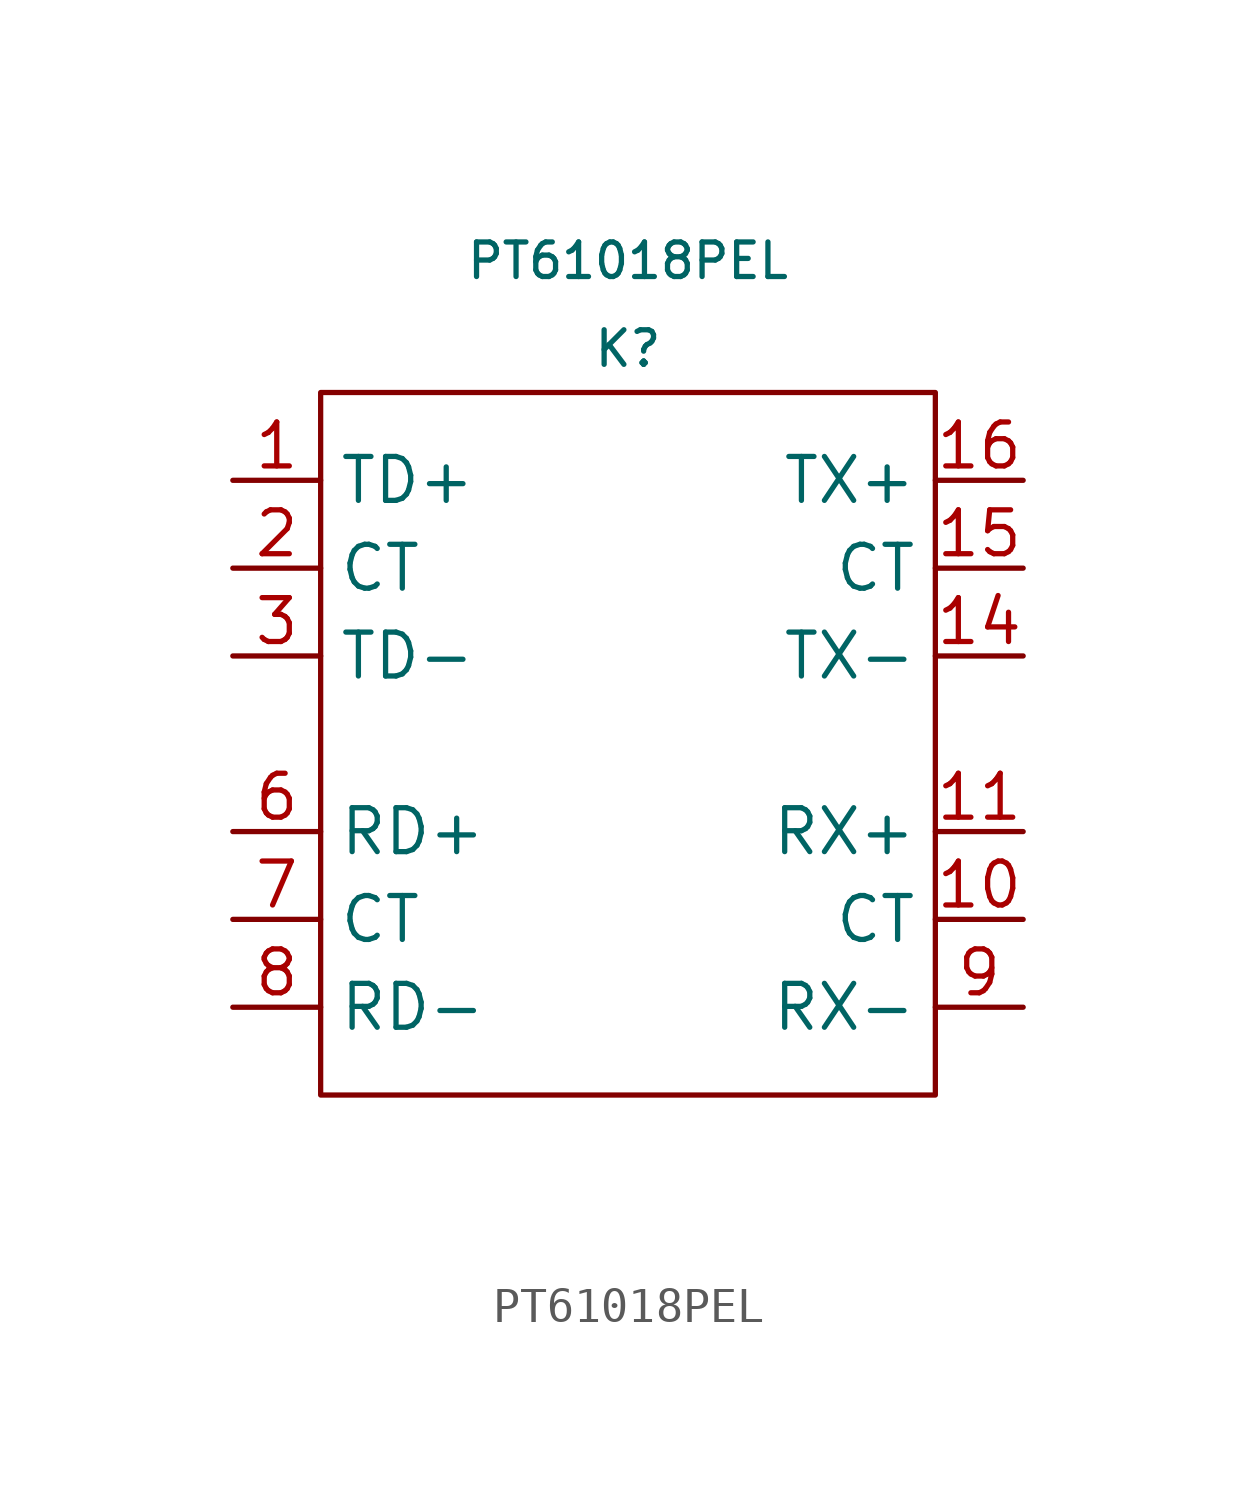
<source format=kicad_sym>
(kicad_symbol_lib
  (version 20220914)
  (generator kicad_symbol_editor)
  (symbol "PT61018PEL"
    (property "Reference" "K"
      (at 0 11.43 0)
      (effects (font (size 1 1))))
    (property "Value" "PT61018PEL"
      (at 0 13.97 0)
      (effects (font (size 1 1))))
    (symbol "PT61018PEL_0_1"
      (rectangle (start -8.89 10.16) (end 8.89 -10.16) (stroke (width 0) (type default)) (fill (type none))))
    (symbol "PT61018PEL_1_1"
      (pin passive line (at -11.43 7.62 0) (length 2.54) (name "TD+" (effects (font (size 1.27 1.27)))) (number "1" (effects (font (size 1.27 1.27)))))
      (pin passive line (at 11.43 -5.08 180) (length 2.54) (name "CT" (effects (font (size 1.27 1.27)))) (number "10" (effects (font (size 1.27 1.27)))))
      (pin passive line (at 11.43 -2.54 180) (length 2.54) (name "RX+" (effects (font (size 1.27 1.27)))) (number "11" (effects (font (size 1.27 1.27)))))
      (pin no_connect line (at 0 -12.7 90) (length 2.54) hide (name "NC" (effects (font (size 1.27 1.27)))) (number "12" (effects (font (size 1.27 1.27)))))
      (pin no_connect line (at 0 -12.7 90) (length 2.54) hide (name "NC" (effects (font (size 1.27 1.27)))) (number "13" (effects (font (size 1.27 1.27)))))
      (pin passive line (at 11.43 2.54 180) (length 2.54) (name "TX-" (effects (font (size 1.27 1.27)))) (number "14" (effects (font (size 1.27 1.27)))))
      (pin passive line (at 11.43 5.08 180) (length 2.54) (name "CT" (effects (font (size 1.27 1.27)))) (number "15" (effects (font (size 1.27 1.27)))))
      (pin passive line (at 11.43 7.62 180) (length 2.54) (name "TX+" (effects (font (size 1.27 1.27)))) (number "16" (effects (font (size 1.27 1.27)))))
      (pin passive line (at -11.43 5.08 0) (length 2.54) (name "CT" (effects (font (size 1.27 1.27)))) (number "2" (effects (font (size 1.27 1.27)))))
      (pin passive line (at -11.43 2.54 0) (length 2.54) (name "TD-" (effects (font (size 1.27 1.27)))) (number "3" (effects (font (size 1.27 1.27)))))
      (pin no_connect line (at 0 -12.7 90) (length 2.54) hide (name "NC" (effects (font (size 1.27 1.27)))) (number "4" (effects (font (size 1.27 1.27)))))
      (pin no_connect line (at 0 -12.7 90) (length 2.54) hide (name "NC" (effects (font (size 1.27 1.27)))) (number "5" (effects (font (size 1.27 1.27)))))
      (pin passive line (at -11.43 -2.54 0) (length 2.54) (name "RD+" (effects (font (size 1.27 1.27)))) (number "6" (effects (font (size 1.27 1.27)))))
      (pin passive line (at -11.43 -5.08 0) (length 2.54) (name "CT" (effects (font (size 1.27 1.27)))) (number "7" (effects (font (size 1.27 1.27)))))
      (pin passive line (at -11.43 -7.62 0) (length 2.54) (name "RD-" (effects (font (size 1.27 1.27)))) (number "8" (effects (font (size 1.27 1.27)))))
      (pin passive line (at 11.43 -7.62 180) (length 2.54) (name "RX-" (effects (font (size 1.27 1.27)))) (number "9" (effects (font (size 1.27 1.27))))))))
</source>
